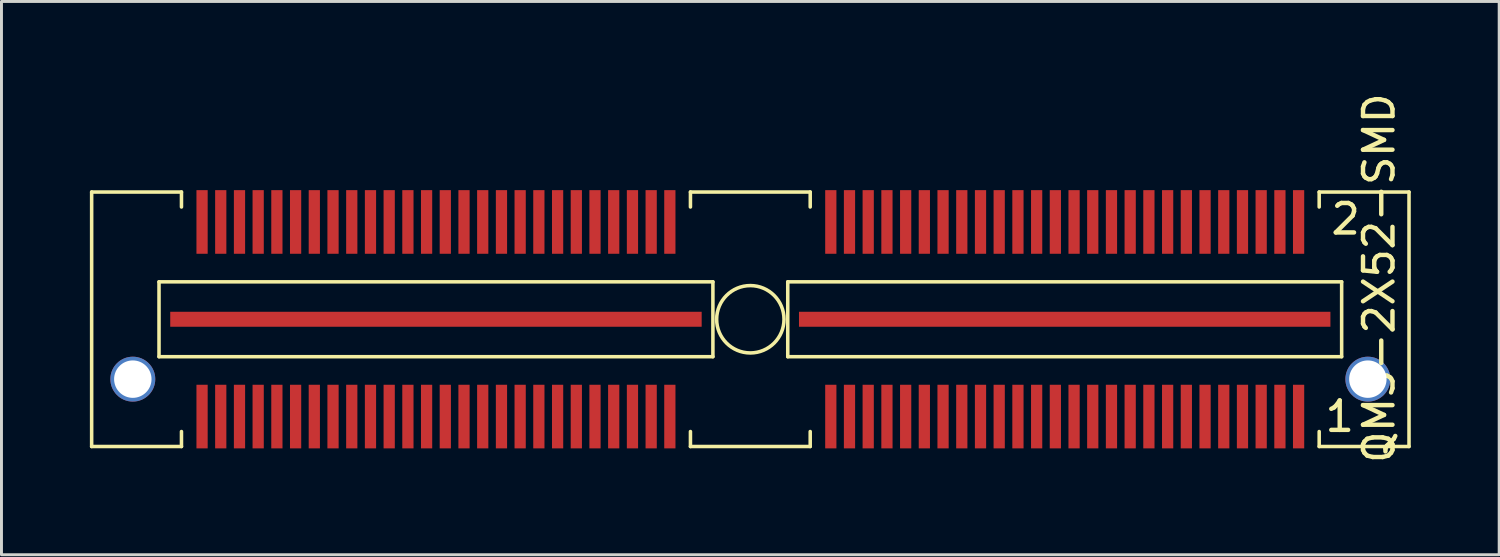
<source format=kicad_pcb>
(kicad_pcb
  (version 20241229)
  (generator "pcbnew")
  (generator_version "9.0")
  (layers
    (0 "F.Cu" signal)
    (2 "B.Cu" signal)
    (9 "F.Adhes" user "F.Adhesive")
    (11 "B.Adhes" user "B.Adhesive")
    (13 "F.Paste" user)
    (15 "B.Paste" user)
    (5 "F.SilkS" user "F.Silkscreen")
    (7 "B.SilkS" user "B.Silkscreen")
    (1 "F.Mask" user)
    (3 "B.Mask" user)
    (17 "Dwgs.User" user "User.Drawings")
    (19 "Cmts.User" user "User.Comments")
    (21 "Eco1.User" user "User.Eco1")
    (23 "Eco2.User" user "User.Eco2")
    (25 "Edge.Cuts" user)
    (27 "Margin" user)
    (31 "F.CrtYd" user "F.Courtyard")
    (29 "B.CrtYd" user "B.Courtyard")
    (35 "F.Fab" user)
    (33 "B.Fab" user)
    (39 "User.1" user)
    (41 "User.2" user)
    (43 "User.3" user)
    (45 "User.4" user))
  (footprint "QMS-2X52-SMD"
    (layer "F.Cu")
    (at 22.412 7.784)
    (property "Reference" "QMS-2X52-SMD" (at 21.336 -1.397 90) (layer "F.SilkS") (effects (font (size 1 1) (thickness 0.15))))
    (attr smd)
    (fp_line (start -22.352 -4.318) (end -19.304 -4.318) (stroke (width 0.12) (type solid)) (layer "F.SilkS"))
    (fp_line (start -22.352 4.318) (end -22.352 -4.318) (stroke (width 0.12) (type solid)) (layer "F.SilkS"))
    (fp_line (start -20.066 -1.27) (end -20.066 1.27) (stroke (width 0.12) (type solid)) (layer "F.SilkS"))
    (fp_line (start -20.066 -1.27) (end -1.27 -1.27) (stroke (width 0.12) (type solid)) (layer "F.SilkS"))
    (fp_line (start -19.304 -4.318) (end -19.304 -3.81) (stroke (width 0.12) (type solid)) (layer "F.SilkS"))
    (fp_line (start -19.304 3.81) (end -19.304 4.318) (stroke (width 0.12) (type solid)) (layer "F.SilkS"))
    (fp_line (start -19.304 4.318) (end -22.352 4.318) (stroke (width 0.12) (type solid)) (layer "F.SilkS"))
    (fp_line (start -2.032 -4.318) (end 2.032 -4.318) (stroke (width 0.12) (type solid)) (layer "F.SilkS"))
    (fp_line (start -2.032 -3.81) (end -2.032 -4.318) (stroke (width 0.12) (type solid)) (layer "F.SilkS"))
    (fp_line (start -2.032 4.318) (end -2.032 3.81) (stroke (width 0.12) (type solid)) (layer "F.SilkS"))
    (fp_line (start -1.27 1.27) (end -20.066 1.27) (stroke (width 0.12) (type solid)) (layer "F.SilkS"))
    (fp_line (start -1.27 1.27) (end -1.27 -1.27) (stroke (width 0.12) (type solid)) (layer "F.SilkS"))
    (fp_line (start 1.27 -1.27) (end 20.066 -1.27) (stroke (width 0.12) (type solid)) (layer "F.SilkS"))
    (fp_line (start 1.27 1.27) (end 1.27 -1.27) (stroke (width 0.12) (type solid)) (layer "F.SilkS"))
    (fp_line (start 2.032 -4.318) (end 2.032 -3.81) (stroke (width 0.12) (type solid)) (layer "F.SilkS"))
    (fp_line (start 2.032 3.81) (end 2.032 4.318) (stroke (width 0.12) (type solid)) (layer "F.SilkS"))
    (fp_line (start 2.032 4.318) (end -2.032 4.318) (stroke (width 0.12) (type solid)) (layer "F.SilkS"))
    (fp_line (start 19.304 -4.318) (end 22.352 -4.318) (stroke (width 0.12) (type solid)) (layer "F.SilkS"))
    (fp_line (start 19.304 -3.81) (end 19.304 -4.318) (stroke (width 0.12) (type solid)) (layer "F.SilkS"))
    (fp_line (start 19.304 4.318) (end 19.304 3.81) (stroke (width 0.12) (type solid)) (layer "F.SilkS"))
    (fp_line (start 20.066 -1.27) (end 20.066 1.27) (stroke (width 0.12) (type solid)) (layer "F.SilkS"))
    (fp_line (start 20.066 1.27) (end 1.27 1.27) (stroke (width 0.12) (type solid)) (layer "F.SilkS"))
    (fp_line (start 22.352 -4.318) (end 22.352 4.318) (stroke (width 0.12) (type solid)) (layer "F.SilkS"))
    (fp_line (start 22.352 4.318) (end 19.304 4.318) (stroke (width 0.12) (type solid)) (layer "F.SilkS"))
    (fp_circle (center 0 0) (end 0 -1.143) (stroke (width 0.12) (type solid)) (fill no) (layer "F.SilkS"))
    (fp_text user "1" (at 20 3.299 0) (layer "F.SilkS") (effects (font (size 1 1) (thickness 0.15))))
    (fp_text user "2" (at 20.201 -3.401 0) (layer "F.SilkS") (effects (font (size 1 1) (thickness 0.15))))
    (pad "" thru_hole circle (at -20.955 2.032) (size 1.524 1.524) (drill 1.27) (layers "*.Cu" "*.Mask"))
    (pad "" thru_hole circle (at 20.955 2.032) (size 1.524 1.524) (drill 1.27) (layers "*.Cu" "*.Mask"))
    (pad "1" smd rect (at 18.605 3.302) (size 0.381 2.159) (layers "F.Cu" "F.Mask" "F.Paste"))
    (pad "2" smd rect (at 18.605 -3.302) (size 0.381 2.159) (layers "F.Cu" "F.Mask" "F.Paste"))
    (pad "3" smd rect (at 17.971 3.302) (size 0.381 2.159) (layers "F.Cu" "F.Mask" "F.Paste"))
    (pad "4" smd rect (at 17.971 -3.302) (size 0.381 2.159) (layers "F.Cu" "F.Mask" "F.Paste"))
    (pad "5" smd rect (at 17.335 3.302) (size 0.381 2.159) (layers "F.Cu" "F.Mask" "F.Paste"))
    (pad "6" smd rect (at 17.335 -3.302) (size 0.381 2.159) (layers "F.Cu" "F.Mask" "F.Paste"))
    (pad "7" smd rect (at 16.701 3.302) (size 0.381 2.159) (layers "F.Cu" "F.Mask" "F.Paste"))
    (pad "8" smd rect (at 16.701 -3.302) (size 0.381 2.159) (layers "F.Cu" "F.Mask" "F.Paste"))
    (pad "9" smd rect (at 16.066 3.302) (size 0.381 2.159) (layers "F.Cu" "F.Mask" "F.Paste"))
    (pad "10" smd rect (at 16.066 -3.302) (size 0.381 2.159) (layers "F.Cu" "F.Mask" "F.Paste"))
    (pad "11" smd rect (at 15.431 3.302) (size 0.381 2.159) (layers "F.Cu" "F.Mask" "F.Paste"))
    (pad "12" smd rect (at 15.431 -3.302) (size 0.381 2.159) (layers "F.Cu" "F.Mask" "F.Paste"))
    (pad "13" smd rect (at 14.796 3.302) (size 0.381 2.159) (layers "F.Cu" "F.Mask" "F.Paste"))
    (pad "14" smd rect (at 14.796 -3.302) (size 0.381 2.159) (layers "F.Cu" "F.Mask" "F.Paste"))
    (pad "15" smd rect (at 14.161 3.302) (size 0.381 2.159) (layers "F.Cu" "F.Mask" "F.Paste"))
    (pad "16" smd rect (at 14.161 -3.302) (size 0.381 2.159) (layers "F.Cu" "F.Mask" "F.Paste"))
    (pad "17" smd rect (at 13.525 3.302) (size 0.381 2.159) (layers "F.Cu" "F.Mask" "F.Paste"))
    (pad "18" smd rect (at 13.525 -3.302) (size 0.381 2.159) (layers "F.Cu" "F.Mask" "F.Paste"))
    (pad "19" smd rect (at 12.89 3.302) (size 0.381 2.159) (layers "F.Cu" "F.Mask" "F.Paste"))
    (pad "20" smd rect (at 12.89 -3.302) (size 0.381 2.159) (layers "F.Cu" "F.Mask" "F.Paste"))
    (pad "21" smd rect (at 12.255 3.302) (size 0.381 2.159) (layers "F.Cu" "F.Mask" "F.Paste"))
    (pad "22" smd rect (at 12.255 -3.302) (size 0.381 2.159) (layers "F.Cu" "F.Mask" "F.Paste"))
    (pad "23" smd rect (at 11.62 3.302) (size 0.381 2.159) (layers "F.Cu" "F.Mask" "F.Paste"))
    (pad "24" smd rect (at 11.62 -3.302) (size 0.381 2.159) (layers "F.Cu" "F.Mask" "F.Paste"))
    (pad "25" smd rect (at 10.986 3.302) (size 0.381 2.159) (layers "F.Cu" "F.Mask" "F.Paste"))
    (pad "26" smd rect (at 10.986 -3.302) (size 0.381 2.159) (layers "F.Cu" "F.Mask" "F.Paste"))
    (pad "27" smd rect (at 10.351 3.302) (size 0.381 2.159) (layers "F.Cu" "F.Mask" "F.Paste"))
    (pad "28" smd rect (at 10.351 -3.302) (size 0.381 2.159) (layers "F.Cu" "F.Mask" "F.Paste"))
    (pad "29" smd rect (at 9.716 3.302) (size 0.381 2.159) (layers "F.Cu" "F.Mask" "F.Paste"))
    (pad "30" smd rect (at 9.716 -3.302) (size 0.381 2.159) (layers "F.Cu" "F.Mask" "F.Paste"))
    (pad "31" smd rect (at 9.081 3.302) (size 0.381 2.159) (layers "F.Cu" "F.Mask" "F.Paste"))
    (pad "32" smd rect (at 9.081 -3.302) (size 0.381 2.159) (layers "F.Cu" "F.Mask" "F.Paste"))
    (pad "33" smd rect (at 8.445 3.302) (size 0.381 2.159) (layers "F.Cu" "F.Mask" "F.Paste"))
    (pad "34" smd rect (at 8.445 -3.302) (size 0.381 2.159) (layers "F.Cu" "F.Mask" "F.Paste"))
    (pad "35" smd rect (at 7.811 3.302) (size 0.381 2.159) (layers "F.Cu" "F.Mask" "F.Paste"))
    (pad "36" smd rect (at 7.811 -3.302) (size 0.381 2.159) (layers "F.Cu" "F.Mask" "F.Paste"))
    (pad "37" smd rect (at 7.176 3.302) (size 0.381 2.159) (layers "F.Cu" "F.Mask" "F.Paste"))
    (pad "38" smd rect (at 7.176 -3.302) (size 0.381 2.159) (layers "F.Cu" "F.Mask" "F.Paste"))
    (pad "39" smd rect (at 6.54 3.302) (size 0.381 2.159) (layers "F.Cu" "F.Mask" "F.Paste"))
    (pad "40" smd rect (at 6.54 -3.302) (size 0.381 2.159) (layers "F.Cu" "F.Mask" "F.Paste"))
    (pad "41" smd rect (at 5.905 3.302) (size 0.381 2.159) (layers "F.Cu" "F.Mask" "F.Paste"))
    (pad "42" smd rect (at 5.905 -3.302) (size 0.381 2.159) (layers "F.Cu" "F.Mask" "F.Paste"))
    (pad "43" smd rect (at 5.271 3.302) (size 0.381 2.159) (layers "F.Cu" "F.Mask" "F.Paste"))
    (pad "44" smd rect (at 5.271 -3.302) (size 0.381 2.159) (layers "F.Cu" "F.Mask" "F.Paste"))
    (pad "45" smd rect (at 4.636 3.302) (size 0.381 2.159) (layers "F.Cu" "F.Mask" "F.Paste"))
    (pad "46" smd rect (at 4.636 -3.302) (size 0.381 2.159) (layers "F.Cu" "F.Mask" "F.Paste"))
    (pad "47" smd rect (at 4 3.302) (size 0.381 2.159) (layers "F.Cu" "F.Mask" "F.Paste"))
    (pad "48" smd rect (at 4 -3.302) (size 0.381 2.159) (layers "F.Cu" "F.Mask" "F.Paste"))
    (pad "49" smd rect (at 3.365 3.302) (size 0.381 2.159) (layers "F.Cu" "F.Mask" "F.Paste"))
    (pad "50" smd rect (at 3.365 -3.302) (size 0.381 2.159) (layers "F.Cu" "F.Mask" "F.Paste"))
    (pad "51" smd rect (at 2.731 3.302) (size 0.381 2.159) (layers "F.Cu" "F.Mask" "F.Paste"))
    (pad "52" smd rect (at 2.731 -3.302) (size 0.381 2.159) (layers "F.Cu" "F.Mask" "F.Paste"))
    (pad "53" smd rect (at -2.731 3.302) (size 0.381 2.159) (layers "F.Cu" "F.Mask" "F.Paste"))
    (pad "54" smd rect (at -2.731 -3.302) (size 0.381 2.159) (layers "F.Cu" "F.Mask" "F.Paste"))
    (pad "55" smd rect (at -3.365 3.302) (size 0.381 2.159) (layers "F.Cu" "F.Mask" "F.Paste"))
    (pad "56" smd rect (at -3.365 -3.302) (size 0.381 2.159) (layers "F.Cu" "F.Mask" "F.Paste"))
    (pad "57" smd rect (at -4 3.302) (size 0.381 2.159) (layers "F.Cu" "F.Mask" "F.Paste"))
    (pad "58" smd rect (at -4 -3.302) (size 0.381 2.159) (layers "F.Cu" "F.Mask" "F.Paste"))
    (pad "59" smd rect (at -4.636 3.302) (size 0.381 2.159) (layers "F.Cu" "F.Mask" "F.Paste"))
    (pad "60" smd rect (at -4.636 -3.302) (size 0.381 2.159) (layers "F.Cu" "F.Mask" "F.Paste"))
    (pad "61" smd rect (at -5.271 3.302) (size 0.381 2.159) (layers "F.Cu" "F.Mask" "F.Paste"))
    (pad "62" smd rect (at -5.271 -3.302) (size 0.381 2.159) (layers "F.Cu" "F.Mask" "F.Paste"))
    (pad "63" smd rect (at -5.905 3.302) (size 0.381 2.159) (layers "F.Cu" "F.Mask" "F.Paste"))
    (pad "64" smd rect (at -5.905 -3.302) (size 0.381 2.159) (layers "F.Cu" "F.Mask" "F.Paste"))
    (pad "65" smd rect (at -6.54 3.302) (size 0.381 2.159) (layers "F.Cu" "F.Mask" "F.Paste"))
    (pad "66" smd rect (at -6.54 -3.302) (size 0.381 2.159) (layers "F.Cu" "F.Mask" "F.Paste"))
    (pad "67" smd rect (at -7.176 3.302) (size 0.381 2.159) (layers "F.Cu" "F.Mask" "F.Paste"))
    (pad "68" smd rect (at -7.176 -3.302) (size 0.381 2.159) (layers "F.Cu" "F.Mask" "F.Paste"))
    (pad "69" smd rect (at -7.811 3.302) (size 0.381 2.159) (layers "F.Cu" "F.Mask" "F.Paste"))
    (pad "70" smd rect (at -7.811 -3.302) (size 0.381 2.159) (layers "F.Cu" "F.Mask" "F.Paste"))
    (pad "71" smd rect (at -8.445 3.302) (size 0.381 2.159) (layers "F.Cu" "F.Mask" "F.Paste"))
    (pad "72" smd rect (at -8.445 -3.302) (size 0.381 2.159) (layers "F.Cu" "F.Mask" "F.Paste"))
    (pad "73" smd rect (at -9.081 3.302) (size 0.381 2.159) (layers "F.Cu" "F.Mask" "F.Paste"))
    (pad "74" smd rect (at -9.081 -3.302) (size 0.381 2.159) (layers "F.Cu" "F.Mask" "F.Paste"))
    (pad "75" smd rect (at -9.716 3.302) (size 0.381 2.159) (layers "F.Cu" "F.Mask" "F.Paste"))
    (pad "76" smd rect (at -9.716 -3.302) (size 0.381 2.159) (layers "F.Cu" "F.Mask" "F.Paste"))
    (pad "77" smd rect (at -10.351 3.302) (size 0.381 2.159) (layers "F.Cu" "F.Mask" "F.Paste"))
    (pad "78" smd rect (at -10.351 -3.302) (size 0.381 2.159) (layers "F.Cu" "F.Mask" "F.Paste"))
    (pad "79" smd rect (at -10.986 3.302) (size 0.381 2.159) (layers "F.Cu" "F.Mask" "F.Paste"))
    (pad "80" smd rect (at -10.986 -3.302) (size 0.381 2.159) (layers "F.Cu" "F.Mask" "F.Paste"))
    (pad "81" smd rect (at -11.62 3.302) (size 0.381 2.159) (layers "F.Cu" "F.Mask" "F.Paste"))
    (pad "82" smd rect (at -11.62 -3.302) (size 0.381 2.159) (layers "F.Cu" "F.Mask" "F.Paste"))
    (pad "83" smd rect (at -12.255 3.302) (size 0.381 2.159) (layers "F.Cu" "F.Mask" "F.Paste"))
    (pad "84" smd rect (at -12.255 -3.302) (size 0.381 2.159) (layers "F.Cu" "F.Mask" "F.Paste"))
    (pad "85" smd rect (at -12.89 3.302) (size 0.381 2.159) (layers "F.Cu" "F.Mask" "F.Paste"))
    (pad "86" smd rect (at -12.89 -3.302) (size 0.381 2.159) (layers "F.Cu" "F.Mask" "F.Paste"))
    (pad "87" smd rect (at -13.525 3.302) (size 0.381 2.159) (layers "F.Cu" "F.Mask" "F.Paste"))
    (pad "88" smd rect (at -13.525 -3.302) (size 0.381 2.159) (layers "F.Cu" "F.Mask" "F.Paste"))
    (pad "89" smd rect (at -14.161 3.302) (size 0.381 2.159) (layers "F.Cu" "F.Mask" "F.Paste"))
    (pad "90" smd rect (at -14.161 -3.302) (size 0.381 2.159) (layers "F.Cu" "F.Mask" "F.Paste"))
    (pad "91" smd rect (at -14.796 3.302) (size 0.381 2.159) (layers "F.Cu" "F.Mask" "F.Paste"))
    (pad "92" smd rect (at -14.796 -3.302) (size 0.381 2.159) (layers "F.Cu" "F.Mask" "F.Paste"))
    (pad "93" smd rect (at -15.431 3.302) (size 0.381 2.159) (layers "F.Cu" "F.Mask" "F.Paste"))
    (pad "94" smd rect (at -15.431 -3.302) (size 0.381 2.159) (layers "F.Cu" "F.Mask" "F.Paste"))
    (pad "95" smd rect (at -16.066 3.302) (size 0.381 2.159) (layers "F.Cu" "F.Mask" "F.Paste"))
    (pad "96" smd rect (at -16.066 -3.302) (size 0.381 2.159) (layers "F.Cu" "F.Mask" "F.Paste"))
    (pad "97" smd rect (at -16.701 3.302) (size 0.381 2.159) (layers "F.Cu" "F.Mask" "F.Paste"))
    (pad "98" smd rect (at -16.701 -3.302) (size 0.381 2.159) (layers "F.Cu" "F.Mask" "F.Paste"))
    (pad "99" smd rect (at -17.335 3.302) (size 0.381 2.159) (layers "F.Cu" "F.Mask" "F.Paste"))
    (pad "100" smd rect (at -17.335 -3.302) (size 0.381 2.159) (layers "F.Cu" "F.Mask" "F.Paste"))
    (pad "101" smd rect (at -17.971 3.302) (size 0.381 2.159) (layers "F.Cu" "F.Mask" "F.Paste"))
    (pad "102" smd rect (at -17.971 -3.302) (size 0.381 2.159) (layers "F.Cu" "F.Mask" "F.Paste"))
    (pad "103" smd rect (at -18.605 3.302) (size 0.381 2.159) (layers "F.Cu" "F.Mask" "F.Paste"))
    (pad "104" smd rect (at -18.605 -3.302) (size 0.381 2.159) (layers "F.Cu" "F.Mask" "F.Paste"))
    (pad "105" smd rect (at 10.668 0) (size 18.034 0.508) (layers "F.Cu" "F.Mask" "F.Paste"))
    (pad "106" smd rect (at -10.668 0) (size 18.034 0.508) (layers "F.Cu" "F.Mask" "F.Paste")))
  (gr_rect
    (start -3 -3)
    (end 47.824 15.774)
    (stroke (width 0.1) (type default))
    (fill no)
    (layer "Edge.Cuts")))
</source>
